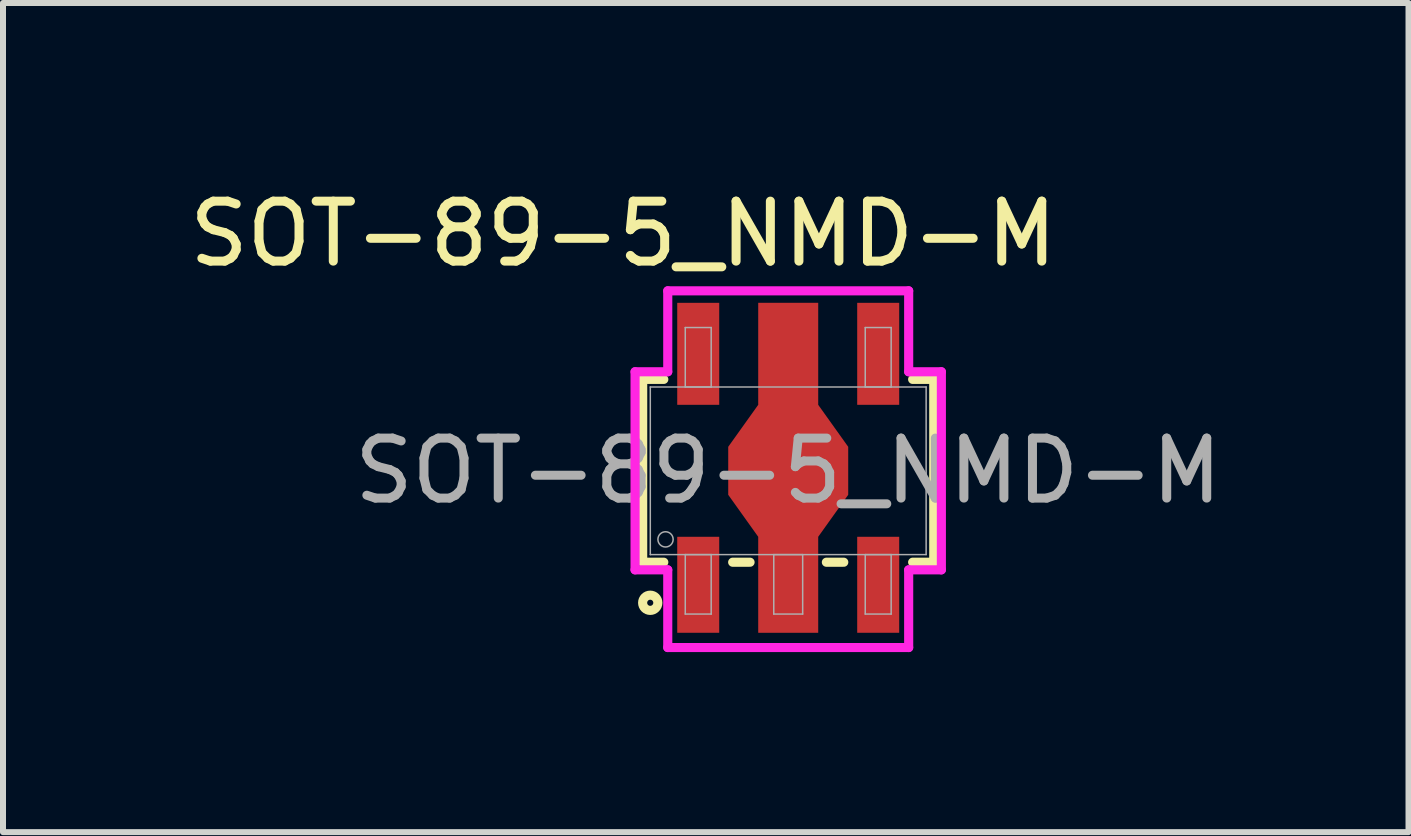
<source format=kicad_pcb>
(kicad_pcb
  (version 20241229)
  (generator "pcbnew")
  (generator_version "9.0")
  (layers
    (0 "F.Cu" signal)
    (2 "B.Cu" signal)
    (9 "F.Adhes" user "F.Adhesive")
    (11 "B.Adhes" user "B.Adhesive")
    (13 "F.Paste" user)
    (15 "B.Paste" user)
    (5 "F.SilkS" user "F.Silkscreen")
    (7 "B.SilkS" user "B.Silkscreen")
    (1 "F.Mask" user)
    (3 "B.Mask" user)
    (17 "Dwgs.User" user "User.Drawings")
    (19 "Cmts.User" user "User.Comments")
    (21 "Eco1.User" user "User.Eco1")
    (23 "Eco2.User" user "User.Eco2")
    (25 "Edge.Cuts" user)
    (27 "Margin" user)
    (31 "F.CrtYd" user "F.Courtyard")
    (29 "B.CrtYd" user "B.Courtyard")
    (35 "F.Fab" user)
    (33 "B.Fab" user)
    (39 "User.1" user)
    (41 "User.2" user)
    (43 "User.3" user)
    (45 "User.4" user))
  (footprint "SOT-89-5_NMD-M"
    (layer "F.Cu")
    (at 10.089 4.798)
    (property "Reference" "SOT-89-5_NMD-M" (at -2.75 -3.95 0) (unlocked yes) (layer "F.SilkS") (effects (font (size 1 1) (thickness 0.15))))
    (attr smd)
    (fp_line (start -2.426 -1.524) (end -2.426 1.524) (stroke (width 0.152) (type solid)) (layer "F.SilkS"))
    (fp_line (start -2.426 1.524) (end -2.074 1.524) (stroke (width 0.152) (type solid)) (layer "F.SilkS"))
    (fp_line (start -2.074 -1.524) (end -2.426 -1.524) (stroke (width 0.152) (type solid)) (layer "F.SilkS"))
    (fp_line (start -0.926 1.524) (end -0.636 1.524) (stroke (width 0.152) (type solid)) (layer "F.SilkS"))
    (fp_line (start 0.636 1.524) (end 0.926 1.524) (stroke (width 0.152) (type solid)) (layer "F.SilkS"))
    (fp_line (start 2.074 1.524) (end 2.426 1.524) (stroke (width 0.152) (type solid)) (layer "F.SilkS"))
    (fp_line (start 2.426 -1.524) (end 2.074 -1.524) (stroke (width 0.152) (type solid)) (layer "F.SilkS"))
    (fp_line (start 2.426 1.524) (end 2.426 -1.524) (stroke (width 0.152) (type solid)) (layer "F.SilkS"))
    (fp_circle (center -2.3 2.2) (end -2.173 2.2) (stroke (width 0.152) (type solid)) (fill no) (layer "F.SilkS"))
    (fp_line (start -2.553 -1.651) (end -2.008 -1.651) (stroke (width 0.152) (type solid)) (layer "F.CrtYd"))
    (fp_line (start -2.553 1.651) (end -2.553 -1.651) (stroke (width 0.152) (type solid)) (layer "F.CrtYd"))
    (fp_line (start -2.008 -3) (end 2.008 -3) (stroke (width 0.152) (type solid)) (layer "F.CrtYd"))
    (fp_line (start -2.008 -1.651) (end -2.008 -3) (stroke (width 0.152) (type solid)) (layer "F.CrtYd"))
    (fp_line (start -2.008 1.651) (end -2.553 1.651) (stroke (width 0.152) (type solid)) (layer "F.CrtYd"))
    (fp_line (start -2.008 2.946) (end -2.008 1.651) (stroke (width 0.152) (type solid)) (layer "F.CrtYd"))
    (fp_line (start 2.008 -3) (end 2.008 -1.651) (stroke (width 0.152) (type solid)) (layer "F.CrtYd"))
    (fp_line (start 2.008 -1.651) (end 2.553 -1.651) (stroke (width 0.152) (type solid)) (layer "F.CrtYd"))
    (fp_line (start 2.008 1.651) (end 2.008 2.946) (stroke (width 0.152) (type solid)) (layer "F.CrtYd"))
    (fp_line (start 2.008 2.946) (end -2.008 2.946) (stroke (width 0.152) (type solid)) (layer "F.CrtYd"))
    (fp_line (start 2.553 -1.651) (end 2.553 1.651) (stroke (width 0.152) (type solid)) (layer "F.CrtYd"))
    (fp_line (start 2.553 1.651) (end 2.008 1.651) (stroke (width 0.152) (type solid)) (layer "F.CrtYd"))
    (fp_line (start -2.299 -1.397) (end -2.299 1.397) (stroke (width 0.025) (type solid)) (layer "F.Fab"))
    (fp_line (start -2.299 1.397) (end 2.299 1.397) (stroke (width 0.025) (type solid)) (layer "F.Fab"))
    (fp_line (start -1.716 -2.388) (end -1.716 -1.397) (stroke (width 0.025) (type solid)) (layer "F.Fab"))
    (fp_line (start -1.716 -1.397) (end -1.284 -1.397) (stroke (width 0.025) (type solid)) (layer "F.Fab"))
    (fp_line (start -1.716 1.397) (end -1.716 2.388) (stroke (width 0.025) (type solid)) (layer "F.Fab"))
    (fp_line (start -1.716 2.388) (end -1.284 2.388) (stroke (width 0.025) (type solid)) (layer "F.Fab"))
    (fp_line (start -1.284 -2.388) (end -1.716 -2.388) (stroke (width 0.025) (type solid)) (layer "F.Fab"))
    (fp_line (start -1.284 -1.397) (end -1.284 -2.388) (stroke (width 0.025) (type solid)) (layer "F.Fab"))
    (fp_line (start -1.284 1.397) (end -1.716 1.397) (stroke (width 0.025) (type solid)) (layer "F.Fab"))
    (fp_line (start -1.284 2.388) (end -1.284 1.397) (stroke (width 0.025) (type solid)) (layer "F.Fab"))
    (fp_line (start -0.241 1.397) (end -0.241 2.388) (stroke (width 0.025) (type solid)) (layer "F.Fab"))
    (fp_line (start -0.241 2.388) (end 0.241 2.388) (stroke (width 0.025) (type solid)) (layer "F.Fab"))
    (fp_line (start 0.241 1.397) (end -0.241 1.397) (stroke (width 0.025) (type solid)) (layer "F.Fab"))
    (fp_line (start 0.241 2.388) (end 0.241 1.397) (stroke (width 0.025) (type solid)) (layer "F.Fab"))
    (fp_line (start 1.284 -2.388) (end 1.284 -1.397) (stroke (width 0.025) (type solid)) (layer "F.Fab"))
    (fp_line (start 1.284 -1.397) (end 1.716 -1.397) (stroke (width 0.025) (type solid)) (layer "F.Fab"))
    (fp_line (start 1.284 1.397) (end 1.284 2.388) (stroke (width 0.025) (type solid)) (layer "F.Fab"))
    (fp_line (start 1.284 2.388) (end 1.716 2.388) (stroke (width 0.025) (type solid)) (layer "F.Fab"))
    (fp_line (start 1.716 -2.388) (end 1.284 -2.388) (stroke (width 0.025) (type solid)) (layer "F.Fab"))
    (fp_line (start 1.716 -1.397) (end 1.716 -2.388) (stroke (width 0.025) (type solid)) (layer "F.Fab"))
    (fp_line (start 1.716 1.397) (end 1.284 1.397) (stroke (width 0.025) (type solid)) (layer "F.Fab"))
    (fp_line (start 1.716 2.388) (end 1.716 1.397) (stroke (width 0.025) (type solid)) (layer "F.Fab"))
    (fp_line (start 2.299 -1.397) (end -2.299 -1.397) (stroke (width 0.025) (type solid)) (layer "F.Fab"))
    (fp_line (start 2.299 1.397) (end 2.299 -1.397) (stroke (width 0.025) (type solid)) (layer "F.Fab"))
    (fp_circle (center -2.045 1.143) (end -1.918 1.143) (stroke (width 0.025) (type solid)) (fill no) (layer "F.Fab"))
    (fp_text user "${REFERENCE}" (at 0 0 0) (unlocked yes) (layer "F.Fab") (effects (font (size 1 1) (thickness 0.15))))
    (pad "1" smd rect (at -1.5 1.9) (size 0.7 1.6) (layers "F.Cu" "F.Mask" "F.Paste"))
    (pad "2" smd custom (at 0 -0.05) (size 1 5.5) (layers "F.Cu" "F.Mask" "F.Paste") (options (anchor rect)) (primitives (gr_poly (pts (xy -0.5 -1.05) (xy 0.5 -1.05) (xy 1 -0.35) (xy 1 0.45) (xy 0.5 1.15) (xy -0.5 1.15) (xy -1 0.45) (xy -1 -0.35)) (width 0) (fill yes))))
    (pad "3" smd rect (at 1.5 1.9) (size 0.7 1.6) (layers "F.Cu" "F.Mask" "F.Paste"))
    (pad "4" smd rect (at 1.5 -1.95) (size 0.7 1.7) (layers "F.Cu" "F.Mask" "F.Paste"))
    (pad "5" smd rect (at -1.5 -1.95) (size 0.7 1.7) (layers "F.Cu" "F.Mask" "F.Paste")))
  (gr_rect
    (start -3 -3)
    (end 20.429 10.821)
    (stroke (width 0.1) (type default))
    (fill no)
    (layer "Edge.Cuts")))
</source>
